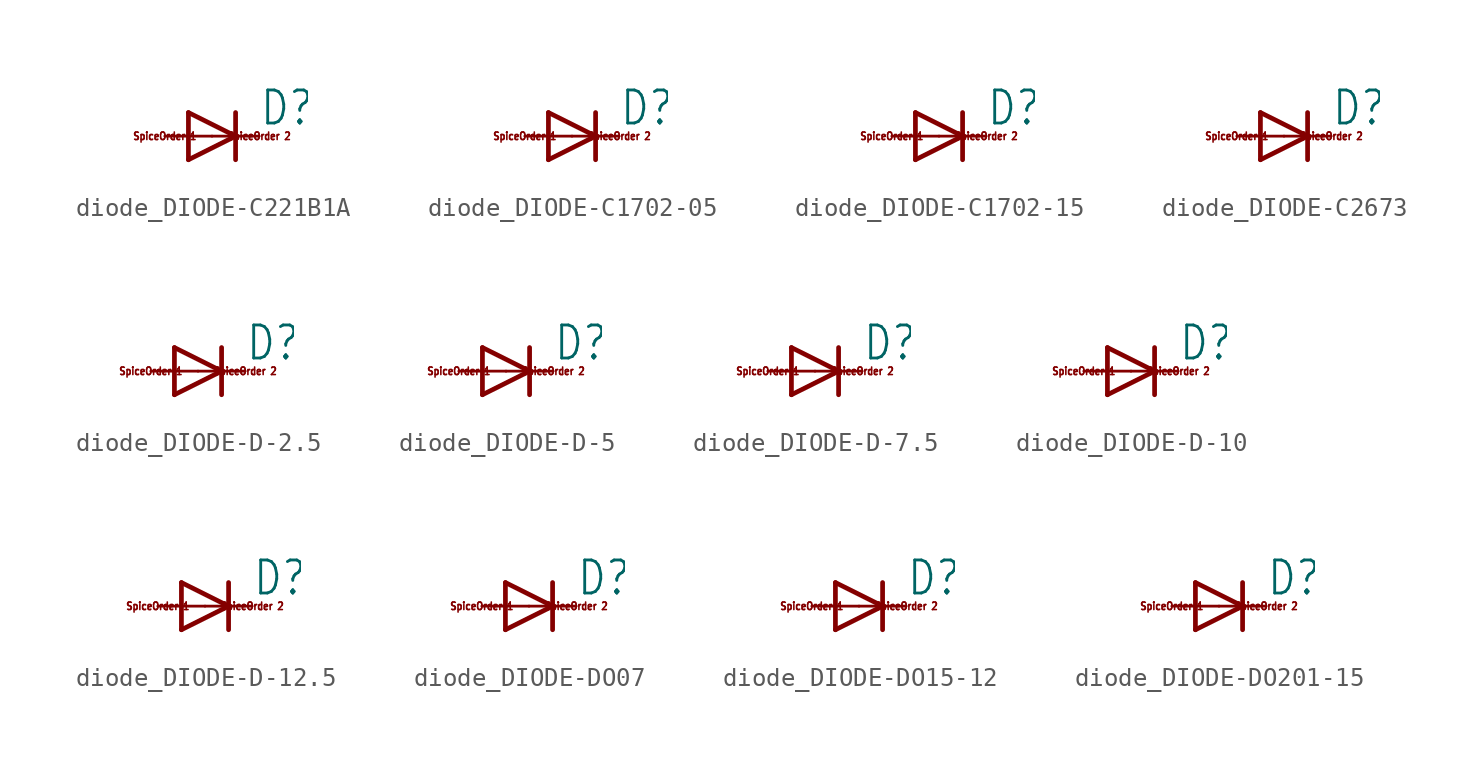
<source format=kicad_sym>
(kicad_symbol_lib
  (version 20231120)
  (generator "kicad_symbol_editor")
  (generator_version "8.0")
  (symbol "diode_DIODE-C221B1A"
    (property "Reference" "D"
      (at 2.54 0.483 0)
      (effects (font (size 1.778 1.511)) (justify left bottom)))
    (property "Value" ""
      (at 2.54 -2.311 0)
      (effects (font (size 1.778 1.511)) (justify left bottom)))
    (property "ki_locked" ""
      (at 0 0 0)
      (effects (font (size 1.27 1.27))))
    (symbol "diode_DIODE-C221B1A_1_0"
      (polyline (pts (xy -1.27 -1.27) (xy 1.27 0)) (stroke (width 0.254) (type solid)) (fill (type none)))
      (polyline (pts (xy -1.27 1.27) (xy -1.27 -1.27)) (stroke (width 0.254) (type solid)) (fill (type none)))
      (polyline (pts (xy 1.27 0) (xy -1.27 1.27)) (stroke (width 0.254) (type solid)) (fill (type none)))
      (polyline (pts (xy 1.27 0) (xy 1.27 -1.27)) (stroke (width 0.254) (type solid)) (fill (type none)))
      (polyline (pts (xy 1.27 1.27) (xy 1.27 0)) (stroke (width 0.254) (type solid)) (fill (type none)))
      (text "SpiceOrder 1" (at -2.54 0 0) (effects (font (size 0.406 0.345))))
      (text "SpiceOrder 2" (at 2.54 0 0) (effects (font (size 0.406 0.345))))
      (pin passive line (at -2.54 0 0) (length 2.54) (name "A" (effects (font (size 0 0)))) (number "A" (effects (font (size 0 0)))))
      (pin passive line (at 2.54 0 180) (length 2.54) (name "C" (effects (font (size 0 0)))) (number "C" (effects (font (size 0 0)))))))
  (symbol "diode_DIODE-C1702-05"
    (property "Reference" "D"
      (at 2.54 0.483 0)
      (effects (font (size 1.778 1.511)) (justify left bottom)))
    (property "Value" ""
      (at 2.54 -2.311 0)
      (effects (font (size 1.778 1.511)) (justify left bottom)))
    (property "ki_locked" ""
      (at 0 0 0)
      (effects (font (size 1.27 1.27))))
    (symbol "diode_DIODE-C1702-05_1_0"
      (polyline (pts (xy -1.27 -1.27) (xy 1.27 0)) (stroke (width 0.254) (type solid)) (fill (type none)))
      (polyline (pts (xy -1.27 1.27) (xy -1.27 -1.27)) (stroke (width 0.254) (type solid)) (fill (type none)))
      (polyline (pts (xy 1.27 0) (xy -1.27 1.27)) (stroke (width 0.254) (type solid)) (fill (type none)))
      (polyline (pts (xy 1.27 0) (xy 1.27 -1.27)) (stroke (width 0.254) (type solid)) (fill (type none)))
      (polyline (pts (xy 1.27 1.27) (xy 1.27 0)) (stroke (width 0.254) (type solid)) (fill (type none)))
      (text "SpiceOrder 1" (at -2.54 0 0) (effects (font (size 0.406 0.345))))
      (text "SpiceOrder 2" (at 2.54 0 0) (effects (font (size 0.406 0.345))))
      (pin passive line (at -2.54 0 0) (length 2.54) (name "A" (effects (font (size 0 0)))) (number "A" (effects (font (size 0 0)))))
      (pin passive line (at 2.54 0 180) (length 2.54) (name "C" (effects (font (size 0 0)))) (number "C" (effects (font (size 0 0)))))))
  (symbol "diode_DIODE-C1702-15"
    (property "Reference" "D"
      (at 2.54 0.483 0)
      (effects (font (size 1.778 1.511)) (justify left bottom)))
    (property "Value" ""
      (at 2.54 -2.311 0)
      (effects (font (size 1.778 1.511)) (justify left bottom)))
    (property "ki_locked" ""
      (at 0 0 0)
      (effects (font (size 1.27 1.27))))
    (symbol "diode_DIODE-C1702-15_1_0"
      (polyline (pts (xy -1.27 -1.27) (xy 1.27 0)) (stroke (width 0.254) (type solid)) (fill (type none)))
      (polyline (pts (xy -1.27 1.27) (xy -1.27 -1.27)) (stroke (width 0.254) (type solid)) (fill (type none)))
      (polyline (pts (xy 1.27 0) (xy -1.27 1.27)) (stroke (width 0.254) (type solid)) (fill (type none)))
      (polyline (pts (xy 1.27 0) (xy 1.27 -1.27)) (stroke (width 0.254) (type solid)) (fill (type none)))
      (polyline (pts (xy 1.27 1.27) (xy 1.27 0)) (stroke (width 0.254) (type solid)) (fill (type none)))
      (text "SpiceOrder 1" (at -2.54 0 0) (effects (font (size 0.406 0.345))))
      (text "SpiceOrder 2" (at 2.54 0 0) (effects (font (size 0.406 0.345))))
      (pin passive line (at -2.54 0 0) (length 2.54) (name "A" (effects (font (size 0 0)))) (number "A" (effects (font (size 0 0)))))
      (pin passive line (at 2.54 0 180) (length 2.54) (name "C" (effects (font (size 0 0)))) (number "C" (effects (font (size 0 0)))))))
  (symbol "diode_DIODE-C2673"
    (property "Reference" "D"
      (at 2.54 0.483 0)
      (effects (font (size 1.778 1.511)) (justify left bottom)))
    (property "Value" ""
      (at 2.54 -2.311 0)
      (effects (font (size 1.778 1.511)) (justify left bottom)))
    (property "ki_locked" ""
      (at 0 0 0)
      (effects (font (size 1.27 1.27))))
    (symbol "diode_DIODE-C2673_1_0"
      (polyline (pts (xy -1.27 -1.27) (xy 1.27 0)) (stroke (width 0.254) (type solid)) (fill (type none)))
      (polyline (pts (xy -1.27 1.27) (xy -1.27 -1.27)) (stroke (width 0.254) (type solid)) (fill (type none)))
      (polyline (pts (xy 1.27 0) (xy -1.27 1.27)) (stroke (width 0.254) (type solid)) (fill (type none)))
      (polyline (pts (xy 1.27 0) (xy 1.27 -1.27)) (stroke (width 0.254) (type solid)) (fill (type none)))
      (polyline (pts (xy 1.27 1.27) (xy 1.27 0)) (stroke (width 0.254) (type solid)) (fill (type none)))
      (text "SpiceOrder 1" (at -2.54 0 0) (effects (font (size 0.406 0.345))))
      (text "SpiceOrder 2" (at 2.54 0 0) (effects (font (size 0.406 0.345))))
      (pin passive line (at -2.54 0 0) (length 2.54) (name "A" (effects (font (size 0 0)))) (number "A" (effects (font (size 0 0)))))
      (pin passive line (at 2.54 0 180) (length 2.54) (name "C" (effects (font (size 0 0)))) (number "C" (effects (font (size 0 0)))))))
  (symbol "diode_DIODE-D-2.5"
    (property "Reference" "D"
      (at 2.54 0.483 0)
      (effects (font (size 1.778 1.511)) (justify left bottom)))
    (property "Value" ""
      (at 2.54 -2.311 0)
      (effects (font (size 1.778 1.511)) (justify left bottom)))
    (property "ki_locked" ""
      (at 0 0 0)
      (effects (font (size 1.27 1.27))))
    (symbol "diode_DIODE-D-2.5_1_0"
      (polyline (pts (xy -1.27 -1.27) (xy 1.27 0)) (stroke (width 0.254) (type solid)) (fill (type none)))
      (polyline (pts (xy -1.27 1.27) (xy -1.27 -1.27)) (stroke (width 0.254) (type solid)) (fill (type none)))
      (polyline (pts (xy 1.27 0) (xy -1.27 1.27)) (stroke (width 0.254) (type solid)) (fill (type none)))
      (polyline (pts (xy 1.27 0) (xy 1.27 -1.27)) (stroke (width 0.254) (type solid)) (fill (type none)))
      (polyline (pts (xy 1.27 1.27) (xy 1.27 0)) (stroke (width 0.254) (type solid)) (fill (type none)))
      (text "SpiceOrder 1" (at -2.54 0 0) (effects (font (size 0.406 0.345))))
      (text "SpiceOrder 2" (at 2.54 0 0) (effects (font (size 0.406 0.345))))
      (pin passive line (at -2.54 0 0) (length 2.54) (name "A" (effects (font (size 0 0)))) (number "A" (effects (font (size 0 0)))))
      (pin passive line (at 2.54 0 180) (length 2.54) (name "C" (effects (font (size 0 0)))) (number "C" (effects (font (size 0 0)))))))
  (symbol "diode_DIODE-D-5"
    (property "Reference" "D"
      (at 2.54 0.483 0)
      (effects (font (size 1.778 1.511)) (justify left bottom)))
    (property "Value" ""
      (at 2.54 -2.311 0)
      (effects (font (size 1.778 1.511)) (justify left bottom)))
    (property "ki_locked" ""
      (at 0 0 0)
      (effects (font (size 1.27 1.27))))
    (symbol "diode_DIODE-D-5_1_0"
      (polyline (pts (xy -1.27 -1.27) (xy 1.27 0)) (stroke (width 0.254) (type solid)) (fill (type none)))
      (polyline (pts (xy -1.27 1.27) (xy -1.27 -1.27)) (stroke (width 0.254) (type solid)) (fill (type none)))
      (polyline (pts (xy 1.27 0) (xy -1.27 1.27)) (stroke (width 0.254) (type solid)) (fill (type none)))
      (polyline (pts (xy 1.27 0) (xy 1.27 -1.27)) (stroke (width 0.254) (type solid)) (fill (type none)))
      (polyline (pts (xy 1.27 1.27) (xy 1.27 0)) (stroke (width 0.254) (type solid)) (fill (type none)))
      (text "SpiceOrder 1" (at -2.54 0 0) (effects (font (size 0.406 0.345))))
      (text "SpiceOrder 2" (at 2.54 0 0) (effects (font (size 0.406 0.345))))
      (pin passive line (at -2.54 0 0) (length 2.54) (name "A" (effects (font (size 0 0)))) (number "A" (effects (font (size 0 0)))))
      (pin passive line (at 2.54 0 180) (length 2.54) (name "C" (effects (font (size 0 0)))) (number "C" (effects (font (size 0 0)))))))
  (symbol "diode_DIODE-D-7.5"
    (property "Reference" "D"
      (at 2.54 0.483 0)
      (effects (font (size 1.778 1.511)) (justify left bottom)))
    (property "Value" ""
      (at 2.54 -2.311 0)
      (effects (font (size 1.778 1.511)) (justify left bottom)))
    (property "ki_locked" ""
      (at 0 0 0)
      (effects (font (size 1.27 1.27))))
    (symbol "diode_DIODE-D-7.5_1_0"
      (polyline (pts (xy -1.27 -1.27) (xy 1.27 0)) (stroke (width 0.254) (type solid)) (fill (type none)))
      (polyline (pts (xy -1.27 1.27) (xy -1.27 -1.27)) (stroke (width 0.254) (type solid)) (fill (type none)))
      (polyline (pts (xy 1.27 0) (xy -1.27 1.27)) (stroke (width 0.254) (type solid)) (fill (type none)))
      (polyline (pts (xy 1.27 0) (xy 1.27 -1.27)) (stroke (width 0.254) (type solid)) (fill (type none)))
      (polyline (pts (xy 1.27 1.27) (xy 1.27 0)) (stroke (width 0.254) (type solid)) (fill (type none)))
      (text "SpiceOrder 1" (at -2.54 0 0) (effects (font (size 0.406 0.345))))
      (text "SpiceOrder 2" (at 2.54 0 0) (effects (font (size 0.406 0.345))))
      (pin passive line (at -2.54 0 0) (length 2.54) (name "A" (effects (font (size 0 0)))) (number "A" (effects (font (size 0 0)))))
      (pin passive line (at 2.54 0 180) (length 2.54) (name "C" (effects (font (size 0 0)))) (number "C" (effects (font (size 0 0)))))))
  (symbol "diode_DIODE-D-10"
    (property "Reference" "D"
      (at 2.54 0.483 0)
      (effects (font (size 1.778 1.511)) (justify left bottom)))
    (property "Value" ""
      (at 2.54 -2.311 0)
      (effects (font (size 1.778 1.511)) (justify left bottom)))
    (property "ki_locked" ""
      (at 0 0 0)
      (effects (font (size 1.27 1.27))))
    (symbol "diode_DIODE-D-10_1_0"
      (polyline (pts (xy -1.27 -1.27) (xy 1.27 0)) (stroke (width 0.254) (type solid)) (fill (type none)))
      (polyline (pts (xy -1.27 1.27) (xy -1.27 -1.27)) (stroke (width 0.254) (type solid)) (fill (type none)))
      (polyline (pts (xy 1.27 0) (xy -1.27 1.27)) (stroke (width 0.254) (type solid)) (fill (type none)))
      (polyline (pts (xy 1.27 0) (xy 1.27 -1.27)) (stroke (width 0.254) (type solid)) (fill (type none)))
      (polyline (pts (xy 1.27 1.27) (xy 1.27 0)) (stroke (width 0.254) (type solid)) (fill (type none)))
      (text "SpiceOrder 1" (at -2.54 0 0) (effects (font (size 0.406 0.345))))
      (text "SpiceOrder 2" (at 2.54 0 0) (effects (font (size 0.406 0.345))))
      (pin passive line (at -2.54 0 0) (length 2.54) (name "A" (effects (font (size 0 0)))) (number "A" (effects (font (size 0 0)))))
      (pin passive line (at 2.54 0 180) (length 2.54) (name "C" (effects (font (size 0 0)))) (number "C" (effects (font (size 0 0)))))))
  (symbol "diode_DIODE-D-12.5"
    (property "Reference" "D"
      (at 2.54 0.483 0)
      (effects (font (size 1.778 1.511)) (justify left bottom)))
    (property "Value" ""
      (at 2.54 -2.311 0)
      (effects (font (size 1.778 1.511)) (justify left bottom)))
    (property "ki_locked" ""
      (at 0 0 0)
      (effects (font (size 1.27 1.27))))
    (symbol "diode_DIODE-D-12.5_1_0"
      (polyline (pts (xy -1.27 -1.27) (xy 1.27 0)) (stroke (width 0.254) (type solid)) (fill (type none)))
      (polyline (pts (xy -1.27 1.27) (xy -1.27 -1.27)) (stroke (width 0.254) (type solid)) (fill (type none)))
      (polyline (pts (xy 1.27 0) (xy -1.27 1.27)) (stroke (width 0.254) (type solid)) (fill (type none)))
      (polyline (pts (xy 1.27 0) (xy 1.27 -1.27)) (stroke (width 0.254) (type solid)) (fill (type none)))
      (polyline (pts (xy 1.27 1.27) (xy 1.27 0)) (stroke (width 0.254) (type solid)) (fill (type none)))
      (text "SpiceOrder 1" (at -2.54 0 0) (effects (font (size 0.406 0.345))))
      (text "SpiceOrder 2" (at 2.54 0 0) (effects (font (size 0.406 0.345))))
      (pin passive line (at -2.54 0 0) (length 2.54) (name "A" (effects (font (size 0 0)))) (number "A" (effects (font (size 0 0)))))
      (pin passive line (at 2.54 0 180) (length 2.54) (name "C" (effects (font (size 0 0)))) (number "C" (effects (font (size 0 0)))))))
  (symbol "diode_DIODE-DO07"
    (property "Reference" "D"
      (at 2.54 0.483 0)
      (effects (font (size 1.778 1.511)) (justify left bottom)))
    (property "Value" ""
      (at 2.54 -2.311 0)
      (effects (font (size 1.778 1.511)) (justify left bottom)))
    (property "ki_locked" ""
      (at 0 0 0)
      (effects (font (size 1.27 1.27))))
    (symbol "diode_DIODE-DO07_1_0"
      (polyline (pts (xy -1.27 -1.27) (xy 1.27 0)) (stroke (width 0.254) (type solid)) (fill (type none)))
      (polyline (pts (xy -1.27 1.27) (xy -1.27 -1.27)) (stroke (width 0.254) (type solid)) (fill (type none)))
      (polyline (pts (xy 1.27 0) (xy -1.27 1.27)) (stroke (width 0.254) (type solid)) (fill (type none)))
      (polyline (pts (xy 1.27 0) (xy 1.27 -1.27)) (stroke (width 0.254) (type solid)) (fill (type none)))
      (polyline (pts (xy 1.27 1.27) (xy 1.27 0)) (stroke (width 0.254) (type solid)) (fill (type none)))
      (text "SpiceOrder 1" (at -2.54 0 0) (effects (font (size 0.406 0.345))))
      (text "SpiceOrder 2" (at 2.54 0 0) (effects (font (size 0.406 0.345))))
      (pin passive line (at -2.54 0 0) (length 2.54) (name "A" (effects (font (size 0 0)))) (number "A" (effects (font (size 0 0)))))
      (pin passive line (at 2.54 0 180) (length 2.54) (name "C" (effects (font (size 0 0)))) (number "C" (effects (font (size 0 0)))))))
  (symbol "diode_DIODE-DO15-12"
    (property "Reference" "D"
      (at 2.54 0.483 0)
      (effects (font (size 1.778 1.511)) (justify left bottom)))
    (property "Value" ""
      (at 2.54 -2.311 0)
      (effects (font (size 1.778 1.511)) (justify left bottom)))
    (property "ki_locked" ""
      (at 0 0 0)
      (effects (font (size 1.27 1.27))))
    (symbol "diode_DIODE-DO15-12_1_0"
      (polyline (pts (xy -1.27 -1.27) (xy 1.27 0)) (stroke (width 0.254) (type solid)) (fill (type none)))
      (polyline (pts (xy -1.27 1.27) (xy -1.27 -1.27)) (stroke (width 0.254) (type solid)) (fill (type none)))
      (polyline (pts (xy 1.27 0) (xy -1.27 1.27)) (stroke (width 0.254) (type solid)) (fill (type none)))
      (polyline (pts (xy 1.27 0) (xy 1.27 -1.27)) (stroke (width 0.254) (type solid)) (fill (type none)))
      (polyline (pts (xy 1.27 1.27) (xy 1.27 0)) (stroke (width 0.254) (type solid)) (fill (type none)))
      (text "SpiceOrder 1" (at -2.54 0 0) (effects (font (size 0.406 0.345))))
      (text "SpiceOrder 2" (at 2.54 0 0) (effects (font (size 0.406 0.345))))
      (pin passive line (at -2.54 0 0) (length 2.54) (name "A" (effects (font (size 0 0)))) (number "A" (effects (font (size 0 0)))))
      (pin passive line (at 2.54 0 180) (length 2.54) (name "C" (effects (font (size 0 0)))) (number "C" (effects (font (size 0 0)))))))
  (symbol "diode_DIODE-DO201-15"
    (property "Reference" "D"
      (at 2.54 0.483 0)
      (effects (font (size 1.778 1.511)) (justify left bottom)))
    (property "Value" ""
      (at 2.54 -2.311 0)
      (effects (font (size 1.778 1.511)) (justify left bottom)))
    (property "ki_locked" ""
      (at 0 0 0)
      (effects (font (size 1.27 1.27))))
    (symbol "diode_DIODE-DO201-15_1_0"
      (polyline (pts (xy -1.27 -1.27) (xy 1.27 0)) (stroke (width 0.254) (type solid)) (fill (type none)))
      (polyline (pts (xy -1.27 1.27) (xy -1.27 -1.27)) (stroke (width 0.254) (type solid)) (fill (type none)))
      (polyline (pts (xy 1.27 0) (xy -1.27 1.27)) (stroke (width 0.254) (type solid)) (fill (type none)))
      (polyline (pts (xy 1.27 0) (xy 1.27 -1.27)) (stroke (width 0.254) (type solid)) (fill (type none)))
      (polyline (pts (xy 1.27 1.27) (xy 1.27 0)) (stroke (width 0.254) (type solid)) (fill (type none)))
      (text "SpiceOrder 1" (at -2.54 0 0) (effects (font (size 0.406 0.345))))
      (text "SpiceOrder 2" (at 2.54 0 0) (effects (font (size 0.406 0.345))))
      (pin passive line (at -2.54 0 0) (length 2.54) (name "A" (effects (font (size 0 0)))) (number "A" (effects (font (size 0 0)))))
      (pin passive line (at 2.54 0 180) (length 2.54) (name "C" (effects (font (size 0 0)))) (number "C" (effects (font (size 0 0))))))))
</source>
